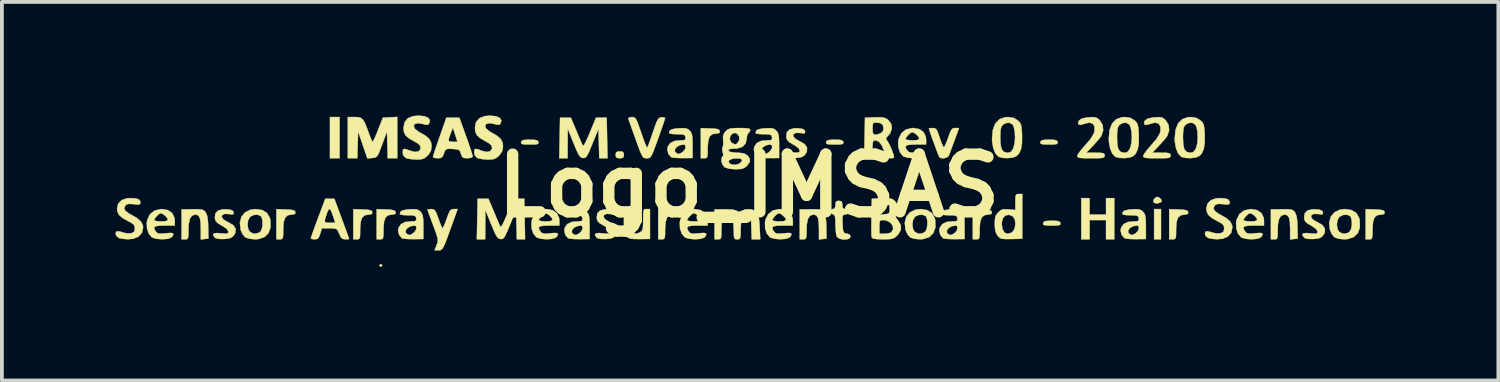
<source format=kicad_pcb>
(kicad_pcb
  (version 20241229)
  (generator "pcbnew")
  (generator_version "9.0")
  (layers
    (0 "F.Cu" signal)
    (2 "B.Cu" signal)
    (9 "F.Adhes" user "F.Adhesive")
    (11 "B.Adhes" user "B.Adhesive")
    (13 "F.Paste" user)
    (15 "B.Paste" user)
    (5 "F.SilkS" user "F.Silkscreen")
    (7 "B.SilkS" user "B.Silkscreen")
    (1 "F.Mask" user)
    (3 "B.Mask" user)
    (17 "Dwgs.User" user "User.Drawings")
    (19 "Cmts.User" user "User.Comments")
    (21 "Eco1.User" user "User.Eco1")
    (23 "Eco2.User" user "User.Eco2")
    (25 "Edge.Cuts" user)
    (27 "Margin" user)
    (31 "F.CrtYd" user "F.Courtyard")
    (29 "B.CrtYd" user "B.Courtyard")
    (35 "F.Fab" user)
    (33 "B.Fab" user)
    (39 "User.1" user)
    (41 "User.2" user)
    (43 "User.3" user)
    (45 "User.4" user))
  (footprint "Logo_IMSAS"
    (layer "F.Cu")
    (at 16.733 1.856)
    (property "Reference" "Logo_IMSAS" (at 0 0 0) (layer "F.SilkS") (effects (font (size 1.524 1.524) (thickness 0.3))))
    (attr through_hole)
    (fp_poly (pts (xy -10.813 -0.726) (xy -11.067 -0.726) (xy -11.067 -1.814) (xy -10.813 -1.814) (xy -10.813 -0.726)) (stroke (width 0.01) (type solid)) (fill yes) (layer "F.SilkS"))
    (fp_poly (pts (xy 10.886 1.415) (xy 10.704 1.415) (xy 10.704 0.617) (xy 10.886 0.617) (xy 10.886 1.415)) (stroke (width 0.01) (type solid)) (fill yes) (layer "F.SilkS"))
    (fp_poly (pts (xy -9.689 2.096) (xy -9.688 2.105) (xy -9.716 2.14) (xy -9.725 2.141) (xy -9.76 2.113) (xy -9.761 2.105) (xy -9.733 2.069) (xy -9.725 2.068) (xy -9.689 2.096)) (stroke (width 0.01) (type solid)) (fill yes) (layer "F.SilkS"))
    (fp_poly (pts (xy 10.841 0.313) (xy 10.893 0.368) (xy 10.904 0.403) (xy 10.874 0.443) (xy 10.805 0.464) (xy 10.731 0.461) (xy 10.685 0.434) (xy 10.687 0.379) (xy 10.719 0.333) (xy 10.781 0.294) (xy 10.841 0.313)) (stroke (width 0.01) (type solid)) (fill yes) (layer "F.SilkS"))
    (fp_poly (pts (xy -3.333 -0.897) (xy -3.305 -0.856) (xy -3.302 -0.816) (xy -3.314 -0.752) (xy -3.364 -0.728) (xy -3.411 -0.726) (xy -3.489 -0.735) (xy -3.517 -0.777) (xy -3.52 -0.816) (xy -3.508 -0.881) (xy -3.458 -0.905) (xy -3.411 -0.907) (xy -3.333 -0.897)) (stroke (width 0.01) (type solid)) (fill yes) (layer "F.SilkS"))
    (fp_poly (pts (xy 5.847 -0.897) (xy 5.876 -0.856) (xy 5.878 -0.816) (xy 5.867 -0.752) (xy 5.817 -0.728) (xy 5.769 -0.726) (xy 5.692 -0.735) (xy 5.663 -0.777) (xy 5.661 -0.816) (xy 5.672 -0.881) (xy 5.722 -0.905) (xy 5.769 -0.907) (xy 5.847 -0.897)) (stroke (width 0.01) (type solid)) (fill yes) (layer "F.SilkS"))
    (fp_poly (pts (xy 8.999 0.762) (xy 9.434 0.762) (xy 9.434 0.327) (xy 9.652 0.327) (xy 9.652 1.415) (xy 9.434 1.415) (xy 9.434 0.907) (xy 8.999 0.907) (xy 8.999 1.415) (xy 8.781 1.415) (xy 8.781 0.327) (xy 8.999 0.327) (xy 8.999 0.762)) (stroke (width 0.01) (type solid)) (fill yes) (layer "F.SilkS"))
    (fp_poly (pts (xy -5.663 -1.212) (xy -5.593 -1.197) (xy -5.563 -1.167) (xy -5.559 -1.152) (xy -5.561 -1.118) (xy -5.594 -1.099) (xy -5.672 -1.09) (xy -5.788 -1.089) (xy -5.917 -1.091) (xy -5.988 -1.101) (xy -6.016 -1.122) (xy -6.017 -1.152) (xy -5.996 -1.189) (xy -5.943 -1.208) (xy -5.84 -1.215) (xy -5.788 -1.216) (xy -5.663 -1.212)) (stroke (width 0.01) (type solid)) (fill yes) (layer "F.SilkS"))
    (fp_poly (pts (xy 2.393 -1.212) (xy 2.462 -1.197) (xy 2.492 -1.167) (xy 2.497 -1.152) (xy 2.495 -1.118) (xy 2.462 -1.099) (xy 2.384 -1.09) (xy 2.268 -1.089) (xy 2.139 -1.091) (xy 2.067 -1.101) (xy 2.039 -1.122) (xy 2.039 -1.152) (xy 2.059 -1.189) (xy 2.112 -1.208) (xy 2.215 -1.215) (xy 2.268 -1.216) (xy 2.393 -1.212)) (stroke (width 0.01) (type solid)) (fill yes) (layer "F.SilkS"))
    (fp_poly (pts (xy 8.053 -1.212) (xy 8.123 -1.197) (xy 8.153 -1.167) (xy 8.157 -1.152) (xy 8.155 -1.118) (xy 8.122 -1.099) (xy 8.044 -1.09) (xy 7.928 -1.089) (xy 7.799 -1.091) (xy 7.728 -1.101) (xy 7.7 -1.122) (xy 7.699 -1.152) (xy 7.72 -1.189) (xy 7.773 -1.208) (xy 7.876 -1.215) (xy 7.928 -1.216) (xy 8.053 -1.212)) (stroke (width 0.01) (type solid)) (fill yes) (layer "F.SilkS"))
    (fp_poly (pts (xy 8.126 0.929) (xy 8.195 0.944) (xy 8.226 0.973) (xy 8.23 0.989) (xy 8.228 1.023) (xy 8.195 1.042) (xy 8.117 1.051) (xy 8.001 1.052) (xy 7.872 1.05) (xy 7.8 1.04) (xy 7.773 1.019) (xy 7.772 0.989) (xy 7.792 0.952) (xy 7.845 0.933) (xy 7.948 0.926) (xy 8.001 0.925) (xy 8.126 0.929)) (stroke (width 0.01) (type solid)) (fill yes) (layer "F.SilkS"))
    (fp_poly (pts (xy -12.238 0.627) (xy -12.103 0.635) (xy -12.025 0.65) (xy -11.989 0.676) (xy -11.981 0.698) (xy -11.99 0.745) (xy -12.05 0.761) (xy -12.075 0.762) (xy -12.179 0.78) (xy -12.248 0.84) (xy -12.287 0.95) (xy -12.301 1.12) (xy -12.301 1.155) (xy -12.302 1.29) (xy -12.31 1.367) (xy -12.329 1.404) (xy -12.365 1.415) (xy -12.392 1.415) (xy -12.482 1.415) (xy -12.482 0.62) (xy -12.238 0.627)) (stroke (width 0.01) (type solid)) (fill yes) (layer "F.SilkS"))
    (fp_poly (pts (xy -10.206 0.627) (xy -10.071 0.635) (xy -9.993 0.65) (xy -9.957 0.676) (xy -9.949 0.698) (xy -9.958 0.745) (xy -10.018 0.761) (xy -10.043 0.762) (xy -10.147 0.78) (xy -10.216 0.84) (xy -10.255 0.95) (xy -10.269 1.12) (xy -10.269 1.155) (xy -10.27 1.29) (xy -10.278 1.367) (xy -10.297 1.404) (xy -10.333 1.415) (xy -10.36 1.415) (xy -10.45 1.415) (xy -10.45 0.62) (xy -10.206 0.627)) (stroke (width 0.01) (type solid)) (fill yes) (layer "F.SilkS"))
    (fp_poly (pts (xy -9.589 0.627) (xy -9.454 0.635) (xy -9.377 0.65) (xy -9.34 0.676) (xy -9.332 0.698) (xy -9.341 0.745) (xy -9.401 0.761) (xy -9.426 0.762) (xy -9.53 0.78) (xy -9.599 0.84) (xy -9.638 0.95) (xy -9.652 1.12) (xy -9.652 1.155) (xy -9.653 1.29) (xy -9.661 1.367) (xy -9.68 1.404) (xy -9.716 1.415) (xy -9.743 1.415) (xy -9.833 1.415) (xy -9.833 0.62) (xy -9.589 0.627)) (stroke (width 0.01) (type solid)) (fill yes) (layer "F.SilkS"))
    (fp_poly (pts (xy -2.15 0.627) (xy -2.016 0.635) (xy -1.938 0.65) (xy -1.902 0.676) (xy -1.894 0.698) (xy -1.902 0.745) (xy -1.962 0.761) (xy -1.987 0.762) (xy -2.091 0.78) (xy -2.16 0.84) (xy -2.199 0.95) (xy -2.213 1.12) (xy -2.213 1.155) (xy -2.215 1.29) (xy -2.222 1.367) (xy -2.241 1.404) (xy -2.277 1.415) (xy -2.304 1.415) (xy -2.395 1.415) (xy -2.395 0.62) (xy -2.15 0.627)) (stroke (width 0.01) (type solid)) (fill yes) (layer "F.SilkS"))
    (fp_poly (pts (xy -1.026 -1.513) (xy -0.891 -1.506) (xy -0.813 -1.491) (xy -0.777 -1.464) (xy -0.769 -1.442) (xy -0.777 -1.396) (xy -0.838 -1.379) (xy -0.863 -1.379) (xy -0.967 -1.361) (xy -1.036 -1.301) (xy -1.074 -1.191) (xy -1.088 -1.02) (xy -1.089 -0.986) (xy -1.09 -0.851) (xy -1.097 -0.774) (xy -1.116 -0.737) (xy -1.152 -0.726) (xy -1.179 -0.726) (xy -1.27 -0.726) (xy -1.27 -1.521) (xy -1.026 -1.513)) (stroke (width 0.01) (type solid)) (fill yes) (layer "F.SilkS"))
    (fp_poly (pts (xy 6.159 0.627) (xy 6.294 0.635) (xy 6.371 0.65) (xy 6.408 0.676) (xy 6.416 0.698) (xy 6.407 0.745) (xy 6.347 0.761) (xy 6.322 0.762) (xy 6.218 0.78) (xy 6.149 0.84) (xy 6.11 0.95) (xy 6.096 1.12) (xy 6.096 1.155) (xy 6.095 1.29) (xy 6.087 1.367) (xy 6.068 1.404) (xy 6.032 1.415) (xy 6.005 1.415) (xy 5.915 1.415) (xy 5.915 0.62) (xy 6.159 0.627)) (stroke (width 0.01) (type solid)) (fill yes) (layer "F.SilkS"))
    (fp_poly (pts (xy 11.348 0.627) (xy 11.483 0.635) (xy 11.56 0.65) (xy 11.597 0.676) (xy 11.605 0.698) (xy 11.596 0.745) (xy 11.536 0.761) (xy 11.511 0.762) (xy 11.407 0.78) (xy 11.338 0.84) (xy 11.299 0.95) (xy 11.285 1.12) (xy 11.285 1.155) (xy 11.284 1.29) (xy 11.276 1.367) (xy 11.257 1.404) (xy 11.221 1.415) (xy 11.194 1.415) (xy 11.103 1.415) (xy 11.103 0.62) (xy 11.348 0.627)) (stroke (width 0.01) (type solid)) (fill yes) (layer "F.SilkS"))
    (fp_poly (pts (xy 16.537 0.627) (xy 16.671 0.635) (xy 16.749 0.65) (xy 16.785 0.676) (xy 16.793 0.698) (xy 16.785 0.745) (xy 16.725 0.761) (xy 16.7 0.762) (xy 16.596 0.78) (xy 16.527 0.84) (xy 16.488 0.95) (xy 16.474 1.12) (xy 16.474 1.155) (xy 16.472 1.29) (xy 16.465 1.367) (xy 16.446 1.404) (xy 16.41 1.415) (xy 16.383 1.415) (xy 16.292 1.415) (xy 16.292 0.62) (xy 16.537 0.627)) (stroke (width 0.01) (type solid)) (fill yes) (layer "F.SilkS"))
    (fp_poly (pts (xy -14.458 0.629) (xy -14.403 0.648) (xy -14.365 0.683) (xy -14.346 0.71) (xy -14.31 0.799) (xy -14.289 0.936) (xy -14.282 1.099) (xy -14.278 1.397) (xy -14.378 1.408) (xy -14.478 1.42) (xy -14.478 1.135) (xy -14.484 0.96) (xy -14.506 0.847) (xy -14.546 0.785) (xy -14.61 0.762) (xy -14.625 0.762) (xy -14.712 0.79) (xy -14.769 0.875) (xy -14.799 1.022) (xy -14.805 1.155) (xy -14.806 1.29) (xy -14.813 1.367) (xy -14.832 1.404) (xy -14.868 1.415) (xy -14.895 1.415) (xy -14.986 1.415) (xy -14.986 0.626) (xy -14.696 0.622) (xy -14.55 0.622) (xy -14.458 0.629)) (stroke (width 0.01) (type solid)) (fill yes) (layer "F.SilkS"))
    (fp_poly (pts (xy 1.87 0.629) (xy 1.926 0.648) (xy 1.963 0.683) (xy 1.983 0.71) (xy 2.019 0.799) (xy 2.04 0.936) (xy 2.046 1.099) (xy 2.05 1.397) (xy 1.95 1.408) (xy 1.851 1.42) (xy 1.851 1.135) (xy 1.844 0.96) (xy 1.823 0.847) (xy 1.782 0.785) (xy 1.718 0.762) (xy 1.704 0.762) (xy 1.617 0.79) (xy 1.559 0.875) (xy 1.529 1.022) (xy 1.524 1.155) (xy 1.523 1.29) (xy 1.515 1.367) (xy 1.496 1.404) (xy 1.46 1.415) (xy 1.433 1.415) (xy 1.343 1.415) (xy 1.343 0.626) (xy 1.633 0.622) (xy 1.779 0.622) (xy 1.87 0.629)) (stroke (width 0.01) (type solid)) (fill yes) (layer "F.SilkS"))
    (fp_poly (pts (xy 14.316 0.629) (xy 14.372 0.648) (xy 14.409 0.683) (xy 14.429 0.71) (xy 14.465 0.799) (xy 14.486 0.936) (xy 14.492 1.099) (xy 14.496 1.397) (xy 14.396 1.408) (xy 14.297 1.42) (xy 14.297 1.135) (xy 14.29 0.96) (xy 14.269 0.847) (xy 14.228 0.785) (xy 14.164 0.762) (xy 14.15 0.762) (xy 14.063 0.79) (xy 14.005 0.875) (xy 13.975 1.022) (xy 13.97 1.155) (xy 13.969 1.29) (xy 13.961 1.367) (xy 13.942 1.404) (xy 13.906 1.415) (xy 13.879 1.415) (xy 13.789 1.415) (xy 13.789 0.626) (xy 14.079 0.622) (xy 14.225 0.622) (xy 14.316 0.629)) (stroke (width 0.01) (type solid)) (fill yes) (layer "F.SilkS"))
    (fp_poly (pts (xy -9.289 -0.726) (xy -9.541 -0.726) (xy -9.551 -1.079) (xy -9.561 -1.433) (xy -9.688 -1.088) (xy -9.747 -0.933) (xy -9.789 -0.832) (xy -9.825 -0.775) (xy -9.864 -0.747) (xy -9.915 -0.736) (xy -9.947 -0.733) (xy -10.078 -0.722) (xy -10.201 -1.078) (xy -10.323 -1.433) (xy -10.334 -1.08) (xy -10.344 -0.726) (xy -10.595 -0.726) (xy -10.595 -1.814) (xy -10.415 -1.814) (xy -10.317 -1.81) (xy -10.246 -1.789) (xy -10.19 -1.739) (xy -10.14 -1.65) (xy -10.084 -1.51) (xy -10.047 -1.406) (xy -10.002 -1.286) (xy -9.964 -1.199) (xy -9.941 -1.161) (xy -9.939 -1.161) (xy -9.918 -1.193) (xy -9.877 -1.277) (xy -9.825 -1.4) (xy -9.794 -1.479) (xy -9.67 -1.796) (xy -9.289 -1.818) (xy -9.289 -0.726)) (stroke (width 0.01) (type solid)) (fill yes) (layer "F.SilkS"))
    (fp_poly (pts (xy -6.742 0.671) (xy -6.68 0.82) (xy -6.625 0.949) (xy -6.586 1.04) (xy -6.575 1.067) (xy -6.557 1.084) (xy -6.529 1.059) (xy -6.488 0.984) (xy -6.429 0.853) (xy -6.381 0.74) (xy -6.216 0.345) (xy -5.933 0.345) (xy -5.923 0.88) (xy -5.913 1.415) (xy -6.13 1.415) (xy -6.15 0.639) (xy -6.31 1.029) (xy -6.38 1.196) (xy -6.43 1.307) (xy -6.469 1.372) (xy -6.504 1.403) (xy -6.542 1.41) (xy -6.562 1.408) (xy -6.606 1.395) (xy -6.645 1.362) (xy -6.687 1.295) (xy -6.74 1.183) (xy -6.809 1.016) (xy -6.963 0.635) (xy -6.965 1.025) (xy -6.967 1.415) (xy -7.187 1.415) (xy -7.176 0.88) (xy -7.166 0.345) (xy -6.88 0.345) (xy -6.742 0.671)) (stroke (width 0.01) (type solid)) (fill yes) (layer "F.SilkS"))
    (fp_poly (pts (xy -4.565 -1.47) (xy -4.503 -1.321) (xy -4.448 -1.192) (xy -4.409 -1.101) (xy -4.398 -1.074) (xy -4.379 -1.057) (xy -4.352 -1.082) (xy -4.311 -1.157) (xy -4.251 -1.287) (xy -4.204 -1.4) (xy -4.039 -1.796) (xy -3.756 -1.796) (xy -3.746 -1.261) (xy -3.735 -0.726) (xy -3.953 -0.726) (xy -3.973 -1.502) (xy -4.133 -1.112) (xy -4.202 -0.945) (xy -4.253 -0.834) (xy -4.292 -0.769) (xy -4.327 -0.738) (xy -4.364 -0.731) (xy -4.385 -0.733) (xy -4.429 -0.745) (xy -4.468 -0.779) (xy -4.51 -0.846) (xy -4.563 -0.958) (xy -4.632 -1.125) (xy -4.786 -1.506) (xy -4.788 -1.116) (xy -4.79 -0.726) (xy -5.009 -0.726) (xy -4.999 -1.261) (xy -4.989 -1.796) (xy -4.703 -1.796) (xy -4.565 -1.47)) (stroke (width 0.01) (type solid)) (fill yes) (layer "F.SilkS"))
    (fp_poly (pts (xy -2.613 1.406) (xy -2.886 1.409) (xy -3.036 1.408) (xy -3.132 1.396) (xy -3.196 1.37) (xy -3.231 1.341) (xy -3.266 1.295) (xy -3.287 1.232) (xy -3.298 1.134) (xy -3.302 0.984) (xy -3.302 0.943) (xy -3.301 0.789) (xy -3.296 0.693) (xy -3.284 0.641) (xy -3.259 0.621) (xy -3.22 0.617) (xy -3.213 0.617) (xy -3.169 0.62) (xy -3.141 0.641) (xy -3.126 0.693) (xy -3.118 0.791) (xy -3.113 0.912) (xy -3.1 1.093) (xy -3.072 1.207) (xy -3.025 1.262) (xy -2.956 1.264) (xy -2.887 1.235) (xy -2.84 1.205) (xy -2.812 1.165) (xy -2.799 1.098) (xy -2.794 0.986) (xy -2.794 0.901) (xy -2.793 0.759) (xy -2.787 0.674) (xy -2.771 0.633) (xy -2.739 0.618) (xy -2.703 0.617) (xy -2.613 0.617) (xy -2.613 1.406)) (stroke (width 0.01) (type solid)) (fill yes) (layer "F.SilkS"))
    (fp_poly (pts (xy 5.428 -1.188) (xy 5.372 -1.037) (xy 5.324 -0.907) (xy 5.29 -0.816) (xy 5.279 -0.789) (xy 5.23 -0.746) (xy 5.148 -0.725) (xy 5.068 -0.731) (xy 5.029 -0.756) (xy 5.011 -0.8) (xy 4.975 -0.892) (xy 4.928 -1.017) (xy 4.877 -1.156) (xy 4.827 -1.293) (xy 4.786 -1.409) (xy 4.76 -1.487) (xy 4.753 -1.51) (xy 4.785 -1.52) (xy 4.855 -1.524) (xy 4.909 -1.518) (xy 4.949 -1.492) (xy 4.983 -1.429) (xy 5.024 -1.316) (xy 5.039 -1.27) (xy 5.082 -1.147) (xy 5.12 -1.057) (xy 5.147 -1.017) (xy 5.149 -1.016) (xy 5.174 -1.048) (xy 5.212 -1.132) (xy 5.257 -1.25) (xy 5.264 -1.27) (xy 5.311 -1.401) (xy 5.348 -1.477) (xy 5.386 -1.513) (xy 5.435 -1.524) (xy 5.45 -1.524) (xy 5.55 -1.524) (xy 5.428 -1.188)) (stroke (width 0.01) (type solid)) (fill yes) (layer "F.SilkS"))
    (fp_poly (pts (xy -12.852 0.644) (xy -12.728 0.723) (xy -12.654 0.853) (xy -12.64 0.914) (xy -12.637 1.104) (xy -12.691 1.253) (xy -12.798 1.357) (xy -12.956 1.409) (xy -13.042 1.415) (xy -13.179 1.403) (xy -13.285 1.372) (xy -13.308 1.359) (xy -13.37 1.288) (xy -13.419 1.184) (xy -13.425 1.165) (xy -13.44 1.026) (xy -13.244 1.026) (xy -13.227 1.141) (xy -13.187 1.213) (xy -13.106 1.259) (xy -13.045 1.27) (xy -12.952 1.246) (xy -12.902 1.213) (xy -12.865 1.137) (xy -12.847 1.026) (xy -12.851 0.91) (xy -12.876 0.822) (xy -12.889 0.806) (xy -12.973 0.767) (xy -13.079 0.772) (xy -13.174 0.819) (xy -13.178 0.822) (xy -13.227 0.908) (xy -13.244 1.026) (xy -13.44 1.026) (xy -13.446 0.978) (xy -13.405 0.822) (xy -13.31 0.705) (xy -13.165 0.634) (xy -13.026 0.617) (xy -12.852 0.644)) (stroke (width 0.01) (type solid)) (fill yes) (layer "F.SilkS"))
    (fp_poly (pts (xy 4.71 0.644) (xy 4.835 0.723) (xy 4.908 0.853) (xy 4.922 0.914) (xy 4.926 1.104) (xy 4.871 1.253) (xy 4.764 1.357) (xy 4.607 1.409) (xy 4.52 1.415) (xy 4.384 1.403) (xy 4.277 1.372) (xy 4.255 1.359) (xy 4.193 1.288) (xy 4.143 1.184) (xy 4.138 1.165) (xy 4.122 1.026) (xy 4.319 1.026) (xy 4.335 1.141) (xy 4.375 1.213) (xy 4.457 1.259) (xy 4.518 1.27) (xy 4.61 1.246) (xy 4.66 1.213) (xy 4.698 1.137) (xy 4.715 1.026) (xy 4.712 0.91) (xy 4.686 0.822) (xy 4.674 0.806) (xy 4.59 0.767) (xy 4.483 0.772) (xy 4.388 0.819) (xy 4.384 0.822) (xy 4.335 0.908) (xy 4.319 1.026) (xy 4.122 1.026) (xy 4.117 0.978) (xy 4.157 0.822) (xy 4.252 0.705) (xy 4.397 0.634) (xy 4.536 0.617) (xy 4.71 0.644)) (stroke (width 0.01) (type solid)) (fill yes) (layer "F.SilkS"))
    (fp_poly (pts (xy 15.922 0.644) (xy 16.047 0.723) (xy 16.121 0.853) (xy 16.135 0.914) (xy 16.138 1.104) (xy 16.084 1.253) (xy 15.976 1.357) (xy 15.819 1.409) (xy 15.733 1.415) (xy 15.596 1.403) (xy 15.489 1.372) (xy 15.467 1.359) (xy 15.405 1.288) (xy 15.356 1.184) (xy 15.35 1.165) (xy 15.334 1.026) (xy 15.531 1.026) (xy 15.547 1.141) (xy 15.587 1.213) (xy 15.669 1.259) (xy 15.73 1.27) (xy 15.823 1.246) (xy 15.872 1.213) (xy 15.91 1.137) (xy 15.928 1.026) (xy 15.924 0.91) (xy 15.898 0.822) (xy 15.886 0.806) (xy 15.802 0.767) (xy 15.696 0.772) (xy 15.6 0.819) (xy 15.597 0.822) (xy 15.548 0.908) (xy 15.531 1.026) (xy 15.334 1.026) (xy 15.329 0.978) (xy 15.369 0.822) (xy 15.465 0.705) (xy 15.609 0.634) (xy 15.749 0.617) (xy 15.922 0.644)) (stroke (width 0.01) (type solid)) (fill yes) (layer "F.SilkS"))
    (fp_poly (pts (xy -13.802 0.624) (xy -13.689 0.637) (xy -13.632 0.664) (xy -13.613 0.703) (xy -13.614 0.748) (xy -13.652 0.759) (xy -13.722 0.749) (xy -13.846 0.743) (xy -13.914 0.774) (xy -13.925 0.828) (xy -13.877 0.894) (xy -13.769 0.959) (xy -13.751 0.966) (xy -13.622 1.042) (xy -13.558 1.135) (xy -13.564 1.239) (xy -13.6 1.304) (xy -13.656 1.362) (xy -13.732 1.393) (xy -13.853 1.407) (xy -13.865 1.408) (xy -14.002 1.406) (xy -14.09 1.384) (xy -14.106 1.373) (xy -14.156 1.304) (xy -14.139 1.263) (xy -14.055 1.249) (xy -13.952 1.257) (xy -13.837 1.267) (xy -13.778 1.263) (xy -13.755 1.239) (xy -13.752 1.211) (xy -13.788 1.146) (xy -13.89 1.071) (xy -13.925 1.052) (xy -14.031 0.989) (xy -14.086 0.93) (xy -14.107 0.857) (xy -14.108 0.851) (xy -14.093 0.731) (xy -14.019 0.655) (xy -13.889 0.623) (xy -13.802 0.624)) (stroke (width 0.01) (type solid)) (fill yes) (layer "F.SilkS"))
    (fp_poly (pts (xy -7.835 1.007) (xy -7.92 1.242) (xy -7.984 1.417) (xy -8.034 1.541) (xy -8.073 1.624) (xy -8.105 1.672) (xy -8.137 1.697) (xy -8.171 1.705) (xy -8.202 1.705) (xy -8.304 1.705) (xy -8.249 1.568) (xy -8.227 1.506) (xy -8.218 1.449) (xy -8.225 1.384) (xy -8.25 1.293) (xy -8.297 1.161) (xy -8.343 1.037) (xy -8.401 0.881) (xy -8.449 0.752) (xy -8.48 0.663) (xy -8.491 0.63) (xy -8.459 0.621) (xy -8.39 0.617) (xy -8.336 0.623) (xy -8.296 0.65) (xy -8.259 0.714) (xy -8.215 0.829) (xy -8.201 0.871) (xy -8.156 0.993) (xy -8.117 1.083) (xy -8.094 1.124) (xy -8.092 1.125) (xy -8.071 1.093) (xy -8.034 1.01) (xy -7.99 0.891) (xy -7.983 0.871) (xy -7.935 0.74) (xy -7.897 0.663) (xy -7.86 0.627) (xy -7.81 0.617) (xy -7.795 0.617) (xy -7.695 0.617) (xy -7.835 1.007)) (stroke (width 0.01) (type solid)) (fill yes) (layer "F.SilkS"))
    (fp_poly (pts (xy -3.714 0.624) (xy -3.602 0.637) (xy -3.544 0.664) (xy -3.526 0.703) (xy -3.526 0.748) (xy -3.565 0.759) (xy -3.634 0.749) (xy -3.758 0.743) (xy -3.827 0.774) (xy -3.838 0.828) (xy -3.79 0.894) (xy -3.681 0.959) (xy -3.663 0.966) (xy -3.534 1.042) (xy -3.471 1.135) (xy -3.476 1.239) (xy -3.513 1.304) (xy -3.569 1.362) (xy -3.645 1.393) (xy -3.765 1.407) (xy -3.778 1.408) (xy -3.915 1.406) (xy -4.003 1.384) (xy -4.019 1.373) (xy -4.068 1.304) (xy -4.051 1.263) (xy -3.968 1.249) (xy -3.864 1.257) (xy -3.75 1.267) (xy -3.69 1.263) (xy -3.668 1.239) (xy -3.665 1.211) (xy -3.7 1.146) (xy -3.803 1.071) (xy -3.837 1.052) (xy -3.944 0.989) (xy -3.999 0.93) (xy -4.02 0.857) (xy -4.02 0.851) (xy -4.005 0.731) (xy -3.932 0.655) (xy -3.801 0.623) (xy -3.714 0.624)) (stroke (width 0.01) (type solid)) (fill yes) (layer "F.SilkS"))
    (fp_poly (pts (xy 1.293 -1.517) (xy 1.405 -1.504) (xy 1.463 -1.477) (xy 1.482 -1.438) (xy 1.481 -1.393) (xy 1.442 -1.382) (xy 1.373 -1.392) (xy 1.249 -1.397) (xy 1.181 -1.367) (xy 1.169 -1.313) (xy 1.218 -1.247) (xy 1.326 -1.182) (xy 1.344 -1.174) (xy 1.473 -1.099) (xy 1.536 -1.006) (xy 1.531 -0.902) (xy 1.495 -0.837) (xy 1.438 -0.779) (xy 1.363 -0.748) (xy 1.242 -0.734) (xy 1.23 -0.733) (xy 1.093 -0.735) (xy 1.004 -0.757) (xy 0.989 -0.768) (xy 0.939 -0.836) (xy 0.956 -0.878) (xy 1.04 -0.891) (xy 1.143 -0.884) (xy 1.257 -0.873) (xy 1.317 -0.878) (xy 1.34 -0.901) (xy 1.342 -0.929) (xy 1.307 -0.995) (xy 1.204 -1.07) (xy 1.17 -1.089) (xy 1.064 -1.152) (xy 1.009 -1.211) (xy 0.988 -1.283) (xy 0.987 -1.29) (xy 1.002 -1.409) (xy 1.075 -1.485) (xy 1.206 -1.518) (xy 1.293 -1.517)) (stroke (width 0.01) (type solid)) (fill yes) (layer "F.SilkS"))
    (fp_poly (pts (xy 14.973 0.624) (xy 15.085 0.637) (xy 15.143 0.664) (xy 15.162 0.703) (xy 15.161 0.748) (xy 15.122 0.759) (xy 15.053 0.749) (xy 14.929 0.743) (xy 14.86 0.774) (xy 14.849 0.828) (xy 14.897 0.894) (xy 15.006 0.959) (xy 15.024 0.966) (xy 15.153 1.042) (xy 15.216 1.135) (xy 15.211 1.239) (xy 15.175 1.304) (xy 15.118 1.362) (xy 15.042 1.393) (xy 14.922 1.407) (xy 14.909 1.408) (xy 14.772 1.406) (xy 14.684 1.384) (xy 14.668 1.373) (xy 14.619 1.304) (xy 14.636 1.263) (xy 14.719 1.249) (xy 14.823 1.257) (xy 14.937 1.267) (xy 14.997 1.263) (xy 15.019 1.239) (xy 15.022 1.211) (xy 14.987 1.146) (xy 14.884 1.071) (xy 14.85 1.052) (xy 14.744 0.989) (xy 14.689 0.93) (xy 14.667 0.857) (xy 14.667 0.851) (xy 14.682 0.731) (xy 14.755 0.655) (xy 14.886 0.623) (xy 14.973 0.624)) (stroke (width 0.01) (type solid)) (fill yes) (layer "F.SilkS"))
    (fp_poly (pts (xy 7.221 1.402) (xy 6.933 1.408) (xy 6.787 1.409) (xy 6.694 1.403) (xy 6.636 1.384) (xy 6.593 1.347) (xy 6.57 1.319) (xy 6.522 1.233) (xy 6.499 1.118) (xy 6.495 1.009) (xy 6.495 1.003) (xy 6.677 1.003) (xy 6.697 1.145) (xy 6.751 1.237) (xy 6.831 1.273) (xy 6.928 1.244) (xy 6.973 1.21) (xy 7.022 1.126) (xy 7.04 1.013) (xy 7.027 0.9) (xy 6.983 0.819) (xy 6.976 0.813) (xy 6.871 0.767) (xy 6.777 0.785) (xy 6.708 0.859) (xy 6.677 0.981) (xy 6.677 1.003) (xy 6.495 1.003) (xy 6.5 0.878) (xy 6.521 0.793) (xy 6.565 0.726) (xy 6.589 0.702) (xy 6.656 0.645) (xy 6.728 0.621) (xy 6.833 0.623) (xy 6.861 0.625) (xy 7.039 0.642) (xy 7.039 0.43) (xy 7.041 0.311) (xy 7.052 0.248) (xy 7.08 0.222) (xy 7.13 0.218) (xy 7.221 0.218) (xy 7.221 1.402)) (stroke (width 0.01) (type solid)) (fill yes) (layer "F.SilkS"))
    (fp_poly (pts (xy -10.755 0.871) (xy -10.688 1.052) (xy -10.631 1.208) (xy -10.588 1.326) (xy -10.564 1.394) (xy -10.56 1.406) (xy -10.591 1.413) (xy -10.662 1.415) (xy -10.734 1.404) (xy -10.782 1.357) (xy -10.823 1.27) (xy -10.858 1.187) (xy -10.896 1.144) (xy -10.959 1.128) (xy -11.07 1.125) (xy -11.081 1.125) (xy -11.282 1.125) (xy -11.325 1.27) (xy -11.361 1.364) (xy -11.404 1.406) (xy -11.472 1.415) (xy -11.545 1.407) (xy -11.573 1.388) (xy -11.56 1.346) (xy -11.526 1.249) (xy -11.476 1.109) (xy -11.414 0.94) (xy -11.205 0.94) (xy -11.181 0.971) (xy -11.118 0.979) (xy -11.069 0.98) (xy -10.926 0.98) (xy -10.983 0.807) (xy -11.03 0.678) (xy -11.066 0.617) (xy -11.098 0.622) (xy -11.133 0.69) (xy -11.153 0.747) (xy -11.194 0.87) (xy -11.205 0.94) (xy -11.414 0.94) (xy -11.413 0.939) (xy -11.381 0.853) (xy -11.191 0.345) (xy -10.95 0.345) (xy -10.755 0.871)) (stroke (width 0.01) (type solid)) (fill yes) (layer "F.SilkS"))
    (fp_poly (pts (xy -7.471 -1.306) (xy -7.408 -1.128) (xy -7.355 -0.972) (xy -7.316 -0.852) (xy -7.296 -0.782) (xy -7.294 -0.771) (xy -7.327 -0.739) (xy -7.421 -0.726) (xy -7.433 -0.726) (xy -7.527 -0.732) (xy -7.576 -0.765) (xy -7.606 -0.841) (xy -7.607 -0.844) (xy -7.632 -0.914) (xy -7.671 -0.95) (xy -7.746 -0.966) (xy -7.826 -0.972) (xy -7.936 -0.976) (xy -7.996 -0.964) (xy -8.03 -0.923) (xy -8.055 -0.854) (xy -8.092 -0.768) (xy -8.142 -0.732) (xy -8.222 -0.726) (xy -8.304 -0.734) (xy -8.345 -0.755) (xy -8.346 -0.758) (xy -8.334 -0.803) (xy -8.303 -0.902) (xy -8.255 -1.044) (xy -8.196 -1.216) (xy -8.196 -1.216) (xy -7.933 -1.216) (xy -7.923 -1.177) (xy -7.88 -1.163) (xy -7.825 -1.161) (xy -7.699 -1.161) (xy -7.759 -1.347) (xy -7.818 -1.533) (xy -7.86 -1.429) (xy -7.911 -1.296) (xy -7.933 -1.216) (xy -8.196 -1.216) (xy -8.169 -1.294) (xy -7.992 -1.796) (xy -7.648 -1.796) (xy -7.471 -1.306)) (stroke (width 0.01) (type solid)) (fill yes) (layer "F.SilkS"))
    (fp_poly (pts (xy 2.442 0.411) (xy 2.465 0.461) (xy 2.467 0.508) (xy 2.476 0.584) (xy 2.517 0.613) (xy 2.579 0.617) (xy 2.657 0.626) (xy 2.68 0.661) (xy 2.678 0.68) (xy 2.634 0.735) (xy 2.565 0.755) (xy 2.512 0.765) (xy 2.482 0.787) (xy 2.471 0.841) (xy 2.472 0.943) (xy 2.475 1.009) (xy 2.482 1.139) (xy 2.495 1.212) (xy 2.52 1.247) (xy 2.565 1.261) (xy 2.585 1.263) (xy 2.664 1.291) (xy 2.685 1.345) (xy 2.655 1.393) (xy 2.58 1.418) (xy 2.485 1.42) (xy 2.393 1.399) (xy 2.33 1.355) (xy 2.324 1.345) (xy 2.304 1.274) (xy 2.291 1.156) (xy 2.286 1.023) (xy 2.284 0.888) (xy 2.273 0.809) (xy 2.251 0.769) (xy 2.213 0.751) (xy 2.154 0.712) (xy 2.141 0.675) (xy 2.171 0.627) (xy 2.213 0.617) (xy 2.267 0.6) (xy 2.285 0.536) (xy 2.286 0.508) (xy 2.296 0.43) (xy 2.337 0.402) (xy 2.377 0.399) (xy 2.442 0.411)) (stroke (width 0.01) (type solid)) (fill yes) (layer "F.SilkS"))
    (fp_poly (pts (xy 6.992 -1.792) (xy 7.1 -1.727) (xy 7.152 -1.677) (xy 7.183 -1.622) (xy 7.201 -1.542) (xy 7.212 -1.417) (xy 7.215 -1.345) (xy 7.214 -1.123) (xy 7.187 -0.959) (xy 7.13 -0.843) (xy 7.063 -0.779) (xy 6.969 -0.744) (xy 6.839 -0.729) (xy 6.705 -0.735) (xy 6.601 -0.762) (xy 6.592 -0.767) (xy 6.514 -0.85) (xy 6.457 -0.987) (xy 6.426 -1.163) (xy 6.423 -1.252) (xy 6.424 -1.267) (xy 6.64 -1.267) (xy 6.648 -1.087) (xy 6.675 -0.968) (xy 6.727 -0.9) (xy 6.808 -0.873) (xy 6.844 -0.871) (xy 6.913 -0.888) (xy 6.966 -0.953) (xy 6.991 -1.007) (xy 7.021 -1.125) (xy 7.031 -1.272) (xy 7.024 -1.421) (xy 6.999 -1.547) (xy 6.966 -1.616) (xy 6.885 -1.663) (xy 6.784 -1.655) (xy 6.707 -1.609) (xy 6.671 -1.562) (xy 6.651 -1.49) (xy 6.642 -1.374) (xy 6.64 -1.267) (xy 6.424 -1.267) (xy 6.445 -1.478) (xy 6.51 -1.646) (xy 6.62 -1.757) (xy 6.772 -1.81) (xy 6.846 -1.814) (xy 6.992 -1.792)) (stroke (width 0.01) (type solid)) (fill yes) (layer "F.SilkS"))
    (fp_poly (pts (xy 9.173 -1.8) (xy 9.234 -1.762) (xy 9.268 -1.729) (xy 9.344 -1.606) (xy 9.359 -1.463) (xy 9.312 -1.321) (xy 9.302 -1.305) (xy 9.245 -1.231) (xy 9.158 -1.13) (xy 9.077 -1.043) (xy 8.911 -0.871) (xy 9.154 -0.871) (xy 9.285 -0.869) (xy 9.358 -0.859) (xy 9.391 -0.838) (xy 9.398 -0.799) (xy 9.398 -0.798) (xy 9.393 -0.765) (xy 9.369 -0.744) (xy 9.314 -0.732) (xy 9.213 -0.727) (xy 9.055 -0.726) (xy 9.035 -0.726) (xy 8.868 -0.727) (xy 8.76 -0.733) (xy 8.701 -0.746) (xy 8.676 -0.766) (xy 8.672 -0.785) (xy 8.696 -0.836) (xy 8.759 -0.924) (xy 8.849 -1.032) (xy 8.888 -1.074) (xy 9.028 -1.239) (xy 9.108 -1.371) (xy 9.128 -1.433) (xy 9.13 -1.562) (xy 9.081 -1.642) (xy 8.988 -1.667) (xy 8.856 -1.635) (xy 8.836 -1.627) (xy 8.747 -1.605) (xy 8.698 -1.629) (xy 8.701 -1.689) (xy 8.721 -1.722) (xy 8.789 -1.771) (xy 8.914 -1.8) (xy 8.973 -1.806) (xy 9.095 -1.812) (xy 9.173 -1.8)) (stroke (width 0.01) (type solid)) (fill yes) (layer "F.SilkS"))
    (fp_poly (pts (xy 10.077 -1.792) (xy 10.185 -1.727) (xy 10.236 -1.677) (xy 10.268 -1.622) (xy 10.286 -1.542) (xy 10.296 -1.417) (xy 10.3 -1.345) (xy 10.299 -1.123) (xy 10.271 -0.959) (xy 10.214 -0.843) (xy 10.147 -0.779) (xy 10.054 -0.744) (xy 9.923 -0.729) (xy 9.789 -0.735) (xy 9.685 -0.762) (xy 9.676 -0.767) (xy 9.598 -0.85) (xy 9.541 -0.987) (xy 9.51 -1.163) (xy 9.507 -1.252) (xy 9.508 -1.267) (xy 9.725 -1.267) (xy 9.732 -1.087) (xy 9.759 -0.968) (xy 9.811 -0.9) (xy 9.892 -0.873) (xy 9.929 -0.871) (xy 9.998 -0.888) (xy 10.05 -0.953) (xy 10.075 -1.007) (xy 10.105 -1.125) (xy 10.116 -1.272) (xy 10.108 -1.421) (xy 10.083 -1.547) (xy 10.05 -1.616) (xy 9.969 -1.663) (xy 9.868 -1.655) (xy 9.791 -1.609) (xy 9.756 -1.562) (xy 9.735 -1.49) (xy 9.726 -1.374) (xy 9.725 -1.267) (xy 9.508 -1.267) (xy 9.529 -1.478) (xy 9.595 -1.646) (xy 9.704 -1.757) (xy 9.856 -1.81) (xy 9.93 -1.814) (xy 10.077 -1.792)) (stroke (width 0.01) (type solid)) (fill yes) (layer "F.SilkS"))
    (fp_poly (pts (xy 10.914 -1.8) (xy 10.975 -1.762) (xy 11.01 -1.729) (xy 11.086 -1.606) (xy 11.101 -1.463) (xy 11.054 -1.321) (xy 11.044 -1.305) (xy 10.987 -1.231) (xy 10.899 -1.13) (xy 10.818 -1.043) (xy 10.653 -0.871) (xy 10.896 -0.871) (xy 11.026 -0.869) (xy 11.1 -0.859) (xy 11.132 -0.838) (xy 11.14 -0.799) (xy 11.14 -0.798) (xy 11.135 -0.765) (xy 11.111 -0.744) (xy 11.055 -0.732) (xy 10.955 -0.727) (xy 10.796 -0.726) (xy 10.777 -0.726) (xy 10.609 -0.727) (xy 10.502 -0.733) (xy 10.442 -0.746) (xy 10.417 -0.766) (xy 10.414 -0.785) (xy 10.438 -0.836) (xy 10.501 -0.924) (xy 10.591 -1.032) (xy 10.63 -1.074) (xy 10.77 -1.239) (xy 10.85 -1.371) (xy 10.87 -1.433) (xy 10.872 -1.562) (xy 10.823 -1.642) (xy 10.73 -1.667) (xy 10.598 -1.635) (xy 10.578 -1.627) (xy 10.489 -1.605) (xy 10.44 -1.629) (xy 10.443 -1.689) (xy 10.463 -1.722) (xy 10.531 -1.771) (xy 10.656 -1.8) (xy 10.714 -1.806) (xy 10.837 -1.812) (xy 10.914 -1.8)) (stroke (width 0.01) (type solid)) (fill yes) (layer "F.SilkS"))
    (fp_poly (pts (xy 11.818 -1.792) (xy 11.926 -1.727) (xy 11.978 -1.677) (xy 12.009 -1.622) (xy 12.027 -1.542) (xy 12.038 -1.417) (xy 12.041 -1.345) (xy 12.04 -1.123) (xy 12.013 -0.959) (xy 11.956 -0.843) (xy 11.889 -0.779) (xy 11.795 -0.744) (xy 11.665 -0.729) (xy 11.531 -0.735) (xy 11.427 -0.762) (xy 11.418 -0.767) (xy 11.34 -0.85) (xy 11.283 -0.987) (xy 11.252 -1.163) (xy 11.249 -1.252) (xy 11.25 -1.267) (xy 11.466 -1.267) (xy 11.474 -1.087) (xy 11.501 -0.968) (xy 11.553 -0.9) (xy 11.634 -0.873) (xy 11.67 -0.871) (xy 11.739 -0.888) (xy 11.792 -0.953) (xy 11.817 -1.007) (xy 11.847 -1.125) (xy 11.857 -1.272) (xy 11.85 -1.421) (xy 11.825 -1.547) (xy 11.792 -1.616) (xy 11.711 -1.663) (xy 11.61 -1.655) (xy 11.533 -1.609) (xy 11.497 -1.562) (xy 11.477 -1.49) (xy 11.468 -1.374) (xy 11.466 -1.267) (xy 11.25 -1.267) (xy 11.271 -1.478) (xy 11.336 -1.646) (xy 11.446 -1.757) (xy 11.598 -1.81) (xy 11.672 -1.814) (xy 11.818 -1.792)) (stroke (width 0.01) (type solid)) (fill yes) (layer "F.SilkS"))
    (fp_poly (pts (xy -16.199 0.335) (xy -16.113 0.362) (xy -16.077 0.414) (xy -16.075 0.441) (xy -16.082 0.482) (xy -16.118 0.498) (xy -16.199 0.494) (xy -16.249 0.487) (xy -16.367 0.479) (xy -16.437 0.494) (xy -16.47 0.522) (xy -16.502 0.595) (xy -16.47 0.665) (xy -16.37 0.738) (xy -16.321 0.764) (xy -16.155 0.861) (xy -16.053 0.955) (xy -16.007 1.055) (xy -16.003 1.104) (xy -16.035 1.245) (xy -16.125 1.345) (xy -16.268 1.402) (xy -16.408 1.413) (xy -16.527 1.404) (xy -16.628 1.384) (xy -16.646 1.378) (xy -16.712 1.323) (xy -16.728 1.271) (xy -16.715 1.217) (xy -16.67 1.201) (xy -16.578 1.221) (xy -16.527 1.239) (xy -16.416 1.261) (xy -16.316 1.256) (xy -16.244 1.222) (xy -16.22 1.151) (xy -16.22 1.127) (xy -16.23 1.059) (xy -16.272 1.007) (xy -16.362 0.954) (xy -16.389 0.94) (xy -16.544 0.854) (xy -16.638 0.771) (xy -16.683 0.678) (xy -16.691 0.601) (xy -16.66 0.473) (xy -16.57 0.382) (xy -16.43 0.333) (xy -16.345 0.327) (xy -16.199 0.335)) (stroke (width 0.01) (type solid)) (fill yes) (layer "F.SilkS"))
    (fp_poly (pts (xy -8.57 -1.835) (xy -8.468 -1.793) (xy -8.426 -1.726) (xy -8.449 -1.64) (xy -8.451 -1.638) (xy -8.487 -1.608) (xy -8.552 -1.613) (xy -8.608 -1.63) (xy -8.74 -1.654) (xy -8.825 -1.633) (xy -8.856 -1.58) (xy -8.827 -1.508) (xy -8.734 -1.431) (xy -8.7 -1.412) (xy -8.541 -1.321) (xy -8.442 -1.234) (xy -8.393 -1.138) (xy -8.382 -1.043) (xy -8.4 -0.921) (xy -8.465 -0.82) (xy -8.488 -0.795) (xy -8.563 -0.731) (xy -8.641 -0.7) (xy -8.752 -0.692) (xy -8.787 -0.692) (xy -8.915 -0.701) (xy -9.023 -0.72) (xy -9.062 -0.734) (xy -9.13 -0.799) (xy -9.144 -0.876) (xy -9.138 -0.947) (xy -9.109 -0.974) (xy -9.043 -0.962) (xy -8.955 -0.927) (xy -8.824 -0.892) (xy -8.729 -0.905) (xy -8.678 -0.963) (xy -8.672 -1.001) (xy -8.689 -1.064) (xy -8.75 -1.121) (xy -8.847 -1.176) (xy -8.989 -1.258) (xy -9.074 -1.336) (xy -9.115 -1.428) (xy -9.124 -1.532) (xy -9.095 -1.679) (xy -9.01 -1.781) (xy -8.868 -1.838) (xy -8.727 -1.851) (xy -8.57 -1.835)) (stroke (width 0.01) (type solid)) (fill yes) (layer "F.SilkS"))
    (fp_poly (pts (xy -6.683 -1.835) (xy -6.581 -1.793) (xy -6.539 -1.726) (xy -6.562 -1.64) (xy -6.564 -1.638) (xy -6.6 -1.608) (xy -6.665 -1.613) (xy -6.721 -1.63) (xy -6.854 -1.654) (xy -6.938 -1.633) (xy -6.969 -1.58) (xy -6.941 -1.508) (xy -6.847 -1.431) (xy -6.813 -1.412) (xy -6.654 -1.321) (xy -6.556 -1.234) (xy -6.506 -1.138) (xy -6.495 -1.043) (xy -6.513 -0.921) (xy -6.578 -0.82) (xy -6.601 -0.795) (xy -6.677 -0.731) (xy -6.754 -0.7) (xy -6.865 -0.692) (xy -6.901 -0.692) (xy -7.028 -0.701) (xy -7.136 -0.72) (xy -7.176 -0.734) (xy -7.243 -0.799) (xy -7.257 -0.876) (xy -7.251 -0.947) (xy -7.223 -0.974) (xy -7.156 -0.962) (xy -7.068 -0.927) (xy -6.937 -0.892) (xy -6.842 -0.905) (xy -6.791 -0.963) (xy -6.785 -1.001) (xy -6.803 -1.064) (xy -6.863 -1.121) (xy -6.96 -1.176) (xy -7.102 -1.258) (xy -7.187 -1.336) (xy -7.228 -1.428) (xy -7.237 -1.532) (xy -7.209 -1.679) (xy -7.123 -1.781) (xy -6.981 -1.838) (xy -6.84 -1.851) (xy -6.683 -1.835)) (stroke (width 0.01) (type solid)) (fill yes) (layer "F.SilkS"))
    (fp_poly (pts (xy -3.047 -1.811) (xy -3.011 -1.795) (xy -2.979 -1.755) (xy -2.943 -1.678) (xy -2.898 -1.553) (xy -2.845 -1.399) (xy -2.79 -1.241) (xy -2.742 -1.114) (xy -2.706 -1.03) (xy -2.686 -1.002) (xy -2.686 -1.003) (xy -2.668 -1.042) (xy -2.632 -1.137) (xy -2.584 -1.271) (xy -2.537 -1.409) (xy -2.479 -1.578) (xy -2.436 -1.69) (xy -2.4 -1.757) (xy -2.365 -1.792) (xy -2.323 -1.806) (xy -2.31 -1.808) (xy -2.24 -1.807) (xy -2.213 -1.79) (xy -2.225 -1.747) (xy -2.257 -1.648) (xy -2.306 -1.507) (xy -2.366 -1.336) (xy -2.399 -1.243) (xy -2.471 -1.045) (xy -2.524 -0.906) (xy -2.564 -0.814) (xy -2.597 -0.76) (xy -2.629 -0.735) (xy -2.666 -0.726) (xy -2.699 -0.726) (xy -2.743 -0.728) (xy -2.779 -0.74) (xy -2.811 -0.774) (xy -2.845 -0.838) (xy -2.889 -0.945) (xy -2.947 -1.103) (xy -2.991 -1.225) (xy -3.055 -1.405) (xy -3.112 -1.563) (xy -3.155 -1.685) (xy -3.181 -1.757) (xy -3.185 -1.769) (xy -3.167 -1.804) (xy -3.093 -1.814) (xy -3.047 -1.811)) (stroke (width 0.01) (type solid)) (fill yes) (layer "F.SilkS"))
    (fp_poly (pts (xy 12.576 0.335) (xy 12.662 0.362) (xy 12.697 0.414) (xy 12.7 0.441) (xy 12.692 0.482) (xy 12.657 0.498) (xy 12.575 0.494) (xy 12.526 0.487) (xy 12.408 0.479) (xy 12.338 0.494) (xy 12.304 0.522) (xy 12.272 0.595) (xy 12.305 0.665) (xy 12.404 0.738) (xy 12.453 0.764) (xy 12.619 0.861) (xy 12.722 0.955) (xy 12.767 1.055) (xy 12.771 1.104) (xy 12.739 1.245) (xy 12.65 1.345) (xy 12.506 1.402) (xy 12.367 1.413) (xy 12.248 1.404) (xy 12.147 1.384) (xy 12.128 1.378) (xy 12.063 1.323) (xy 12.047 1.271) (xy 12.059 1.217) (xy 12.105 1.201) (xy 12.196 1.221) (xy 12.247 1.239) (xy 12.358 1.261) (xy 12.459 1.256) (xy 12.531 1.222) (xy 12.554 1.151) (xy 12.555 1.127) (xy 12.545 1.059) (xy 12.503 1.007) (xy 12.413 0.954) (xy 12.385 0.94) (xy 12.231 0.854) (xy 12.136 0.771) (xy 12.091 0.678) (xy 12.083 0.601) (xy 12.115 0.473) (xy 12.205 0.382) (xy 12.344 0.333) (xy 12.43 0.327) (xy 12.576 0.335)) (stroke (width 0.01) (type solid)) (fill yes) (layer "F.SilkS"))
    (fp_poly (pts (xy -15.348 0.645) (xy -15.235 0.724) (xy -15.175 0.848) (xy -15.167 0.924) (xy -15.167 1.052) (xy -15.44 1.052) (xy -15.593 1.057) (xy -15.682 1.074) (xy -15.713 1.109) (xy -15.694 1.168) (xy -15.663 1.214) (xy -15.623 1.252) (xy -15.564 1.267) (xy -15.465 1.263) (xy -15.409 1.257) (xy -15.29 1.247) (xy -15.227 1.252) (xy -15.205 1.275) (xy -15.204 1.287) (xy -15.232 1.345) (xy -15.274 1.378) (xy -15.375 1.406) (xy -15.511 1.414) (xy -15.648 1.402) (xy -15.755 1.371) (xy -15.775 1.36) (xy -15.854 1.264) (xy -15.9 1.127) (xy -15.905 0.972) (xy -15.893 0.907) (xy -15.712 0.907) (xy -15.679 0.928) (xy -15.596 0.941) (xy -15.53 0.943) (xy -15.415 0.937) (xy -15.359 0.916) (xy -15.349 0.891) (xy -15.377 0.836) (xy -15.44 0.774) (xy -15.511 0.732) (xy -15.538 0.726) (xy -15.587 0.751) (xy -15.649 0.81) (xy -15.699 0.874) (xy -15.712 0.907) (xy -15.893 0.907) (xy -15.892 0.901) (xy -15.819 0.752) (xy -15.699 0.656) (xy -15.535 0.618) (xy -15.506 0.617) (xy -15.348 0.645)) (stroke (width 0.01) (type solid)) (fill yes) (layer "F.SilkS"))
    (fp_poly (pts (xy -8.761 0.63) (xy -8.703 0.661) (xy -8.676 0.685) (xy -8.639 0.732) (xy -8.616 0.792) (xy -8.604 0.883) (xy -8.6 1.023) (xy -8.6 1.085) (xy -8.6 1.408) (xy -8.863 1.411) (xy -8.998 1.409) (xy -9.105 1.4) (xy -9.164 1.388) (xy -9.166 1.387) (xy -9.24 1.299) (xy -9.267 1.184) (xy -9.267 1.181) (xy -9.066 1.181) (xy -9.066 1.242) (xy -9.014 1.289) (xy -8.962 1.303) (xy -8.921 1.287) (xy -8.862 1.25) (xy -8.805 1.188) (xy -8.782 1.118) (xy -8.797 1.066) (xy -8.833 1.052) (xy -8.942 1.071) (xy -9.022 1.119) (xy -9.066 1.181) (xy -9.267 1.181) (xy -9.255 1.111) (xy -9.188 1.013) (xy -9.074 0.958) (xy -8.926 0.943) (xy -8.831 0.939) (xy -8.791 0.919) (xy -8.786 0.873) (xy -8.788 0.862) (xy -8.801 0.815) (xy -8.838 0.791) (xy -8.916 0.781) (xy -9.007 0.78) (xy -9.12 0.776) (xy -9.197 0.764) (xy -9.219 0.752) (xy -9.209 0.692) (xy -9.155 0.654) (xy -9.045 0.631) (xy -8.974 0.625) (xy -8.843 0.619) (xy -8.761 0.63)) (stroke (width 0.01) (type solid)) (fill yes) (layer "F.SilkS"))
    (fp_poly (pts (xy -5.188 0.645) (xy -5.075 0.724) (xy -5.015 0.848) (xy -5.007 0.924) (xy -5.007 1.052) (xy -5.28 1.052) (xy -5.433 1.057) (xy -5.522 1.074) (xy -5.553 1.109) (xy -5.534 1.168) (xy -5.503 1.214) (xy -5.463 1.252) (xy -5.404 1.267) (xy -5.305 1.263) (xy -5.249 1.257) (xy -5.13 1.247) (xy -5.067 1.252) (xy -5.045 1.275) (xy -5.044 1.287) (xy -5.072 1.345) (xy -5.114 1.378) (xy -5.215 1.406) (xy -5.351 1.414) (xy -5.488 1.402) (xy -5.595 1.371) (xy -5.615 1.36) (xy -5.694 1.264) (xy -5.74 1.127) (xy -5.745 0.972) (xy -5.733 0.907) (xy -5.552 0.907) (xy -5.519 0.928) (xy -5.436 0.941) (xy -5.37 0.943) (xy -5.255 0.937) (xy -5.199 0.916) (xy -5.189 0.891) (xy -5.217 0.836) (xy -5.28 0.774) (xy -5.351 0.732) (xy -5.378 0.726) (xy -5.427 0.751) (xy -5.489 0.81) (xy -5.539 0.874) (xy -5.552 0.907) (xy -5.733 0.907) (xy -5.732 0.901) (xy -5.659 0.752) (xy -5.539 0.656) (xy -5.375 0.618) (xy -5.346 0.617) (xy -5.188 0.645)) (stroke (width 0.01) (type solid)) (fill yes) (layer "F.SilkS"))
    (fp_poly (pts (xy -4.371 0.63) (xy -4.313 0.661) (xy -4.286 0.685) (xy -4.248 0.732) (xy -4.225 0.792) (xy -4.213 0.883) (xy -4.209 1.023) (xy -4.209 1.085) (xy -4.209 1.408) (xy -4.472 1.411) (xy -4.607 1.409) (xy -4.715 1.4) (xy -4.773 1.388) (xy -4.775 1.387) (xy -4.85 1.299) (xy -4.877 1.184) (xy -4.876 1.181) (xy -4.675 1.181) (xy -4.675 1.242) (xy -4.624 1.289) (xy -4.571 1.303) (xy -4.53 1.287) (xy -4.471 1.25) (xy -4.415 1.188) (xy -4.392 1.118) (xy -4.407 1.066) (xy -4.443 1.052) (xy -4.552 1.071) (xy -4.632 1.119) (xy -4.675 1.181) (xy -4.876 1.181) (xy -4.864 1.111) (xy -4.797 1.013) (xy -4.684 0.958) (xy -4.536 0.943) (xy -4.441 0.939) (xy -4.4 0.919) (xy -4.396 0.873) (xy -4.397 0.862) (xy -4.411 0.815) (xy -4.448 0.791) (xy -4.525 0.781) (xy -4.617 0.78) (xy -4.729 0.776) (xy -4.806 0.764) (xy -4.828 0.752) (xy -4.818 0.692) (xy -4.764 0.654) (xy -4.654 0.631) (xy -4.583 0.625) (xy -4.453 0.619) (xy -4.371 0.63)) (stroke (width 0.01) (type solid)) (fill yes) (layer "F.SilkS"))
    (fp_poly (pts (xy -1.649 -1.511) (xy -1.591 -1.48) (xy -1.564 -1.455) (xy -1.527 -1.409) (xy -1.504 -1.349) (xy -1.492 -1.258) (xy -1.488 -1.118) (xy -1.488 -1.056) (xy -1.488 -0.732) (xy -1.751 -0.73) (xy -1.886 -0.732) (xy -1.993 -0.74) (xy -2.052 -0.753) (xy -2.054 -0.754) (xy -2.128 -0.841) (xy -2.155 -0.957) (xy -2.155 -0.96) (xy -1.954 -0.96) (xy -1.954 -0.899) (xy -1.902 -0.852) (xy -1.85 -0.837) (xy -1.809 -0.854) (xy -1.75 -0.891) (xy -1.693 -0.953) (xy -1.67 -1.023) (xy -1.685 -1.075) (xy -1.721 -1.089) (xy -1.83 -1.07) (xy -1.91 -1.022) (xy -1.954 -0.96) (xy -2.155 -0.96) (xy -2.143 -1.03) (xy -2.076 -1.128) (xy -1.962 -1.183) (xy -1.814 -1.197) (xy -1.719 -1.202) (xy -1.679 -1.222) (xy -1.674 -1.268) (xy -1.676 -1.279) (xy -1.689 -1.325) (xy -1.726 -1.35) (xy -1.804 -1.359) (xy -1.895 -1.361) (xy -2.008 -1.365) (xy -2.085 -1.377) (xy -2.107 -1.389) (xy -2.097 -1.449) (xy -2.043 -1.487) (xy -1.933 -1.51) (xy -1.862 -1.516) (xy -1.731 -1.522) (xy -1.649 -1.511)) (stroke (width 0.01) (type solid)) (fill yes) (layer "F.SilkS"))
    (fp_poly (pts (xy -1.269 0.645) (xy -1.156 0.724) (xy -1.096 0.848) (xy -1.089 0.924) (xy -1.089 1.052) (xy -1.361 1.052) (xy -1.514 1.057) (xy -1.603 1.074) (xy -1.634 1.109) (xy -1.615 1.168) (xy -1.584 1.214) (xy -1.544 1.252) (xy -1.486 1.267) (xy -1.386 1.263) (xy -1.33 1.257) (xy -1.211 1.247) (xy -1.148 1.252) (xy -1.126 1.275) (xy -1.125 1.287) (xy -1.154 1.345) (xy -1.195 1.378) (xy -1.297 1.406) (xy -1.432 1.414) (xy -1.569 1.402) (xy -1.676 1.371) (xy -1.696 1.36) (xy -1.775 1.264) (xy -1.821 1.127) (xy -1.826 0.972) (xy -1.814 0.907) (xy -1.633 0.907) (xy -1.6 0.928) (xy -1.517 0.941) (xy -1.451 0.943) (xy -1.336 0.937) (xy -1.28 0.916) (xy -1.27 0.891) (xy -1.298 0.836) (xy -1.361 0.774) (xy -1.432 0.732) (xy -1.46 0.726) (xy -1.508 0.751) (xy -1.57 0.81) (xy -1.62 0.874) (xy -1.633 0.907) (xy -1.814 0.907) (xy -1.813 0.901) (xy -1.74 0.752) (xy -1.62 0.656) (xy -1.456 0.618) (xy -1.427 0.617) (xy -1.269 0.645)) (stroke (width 0.01) (type solid)) (fill yes) (layer "F.SilkS"))
    (fp_poly (pts (xy 0.637 -1.511) (xy 0.695 -1.48) (xy 0.722 -1.455) (xy 0.759 -1.409) (xy 0.782 -1.349) (xy 0.794 -1.258) (xy 0.798 -1.118) (xy 0.798 -1.056) (xy 0.798 -0.732) (xy 0.535 -0.73) (xy 0.4 -0.732) (xy 0.293 -0.74) (xy 0.234 -0.753) (xy 0.232 -0.754) (xy 0.158 -0.841) (xy 0.131 -0.957) (xy 0.131 -0.96) (xy 0.332 -0.96) (xy 0.332 -0.899) (xy 0.384 -0.852) (xy 0.436 -0.837) (xy 0.477 -0.854) (xy 0.536 -0.891) (xy 0.593 -0.953) (xy 0.616 -1.023) (xy 0.601 -1.075) (xy 0.565 -1.089) (xy 0.456 -1.07) (xy 0.376 -1.022) (xy 0.332 -0.96) (xy 0.131 -0.96) (xy 0.143 -1.03) (xy 0.21 -1.128) (xy 0.324 -1.183) (xy 0.472 -1.197) (xy 0.567 -1.202) (xy 0.607 -1.222) (xy 0.612 -1.268) (xy 0.61 -1.279) (xy 0.597 -1.325) (xy 0.56 -1.35) (xy 0.482 -1.359) (xy 0.391 -1.361) (xy 0.278 -1.365) (xy 0.201 -1.377) (xy 0.179 -1.389) (xy 0.189 -1.449) (xy 0.243 -1.487) (xy 0.353 -1.51) (xy 0.424 -1.516) (xy 0.555 -1.522) (xy 0.637 -1.511)) (stroke (width 0.01) (type solid)) (fill yes) (layer "F.SilkS"))
    (fp_poly (pts (xy 0.981 0.645) (xy 1.093 0.724) (xy 1.153 0.848) (xy 1.161 0.924) (xy 1.161 1.052) (xy 0.889 1.052) (xy 0.735 1.057) (xy 0.647 1.074) (xy 0.616 1.109) (xy 0.635 1.168) (xy 0.666 1.214) (xy 0.705 1.252) (xy 0.764 1.267) (xy 0.864 1.263) (xy 0.92 1.257) (xy 1.039 1.247) (xy 1.102 1.252) (xy 1.124 1.275) (xy 1.125 1.287) (xy 1.096 1.345) (xy 1.055 1.378) (xy 0.953 1.406) (xy 0.818 1.414) (xy 0.681 1.402) (xy 0.573 1.371) (xy 0.554 1.36) (xy 0.474 1.264) (xy 0.429 1.127) (xy 0.424 0.972) (xy 0.436 0.907) (xy 0.617 0.907) (xy 0.649 0.928) (xy 0.733 0.941) (xy 0.798 0.943) (xy 0.914 0.937) (xy 0.97 0.916) (xy 0.98 0.891) (xy 0.952 0.836) (xy 0.888 0.774) (xy 0.818 0.732) (xy 0.79 0.726) (xy 0.742 0.751) (xy 0.679 0.81) (xy 0.63 0.874) (xy 0.617 0.907) (xy 0.436 0.907) (xy 0.437 0.901) (xy 0.509 0.752) (xy 0.63 0.656) (xy 0.794 0.618) (xy 0.823 0.617) (xy 0.981 0.645)) (stroke (width 0.01) (type solid)) (fill yes) (layer "F.SilkS"))
    (fp_poly (pts (xy 4.5 -1.496) (xy 4.613 -1.417) (xy 4.673 -1.293) (xy 4.681 -1.217) (xy 4.681 -1.089) (xy 4.409 -1.089) (xy 4.255 -1.084) (xy 4.167 -1.067) (xy 4.135 -1.032) (xy 4.155 -0.973) (xy 4.186 -0.927) (xy 4.225 -0.889) (xy 4.284 -0.874) (xy 4.384 -0.878) (xy 4.44 -0.884) (xy 4.558 -0.894) (xy 4.621 -0.889) (xy 4.644 -0.865) (xy 4.645 -0.854) (xy 4.616 -0.796) (xy 4.574 -0.763) (xy 4.473 -0.735) (xy 4.338 -0.727) (xy 4.2 -0.739) (xy 4.093 -0.77) (xy 4.073 -0.781) (xy 3.994 -0.877) (xy 3.948 -1.014) (xy 3.943 -1.169) (xy 3.956 -1.234) (xy 4.137 -1.234) (xy 4.169 -1.213) (xy 4.253 -1.2) (xy 4.318 -1.197) (xy 4.434 -1.204) (xy 4.489 -1.225) (xy 4.499 -1.25) (xy 4.472 -1.305) (xy 4.408 -1.367) (xy 4.338 -1.409) (xy 4.31 -1.415) (xy 4.261 -1.389) (xy 4.199 -1.331) (xy 4.149 -1.267) (xy 4.137 -1.234) (xy 3.956 -1.234) (xy 3.957 -1.24) (xy 4.029 -1.389) (xy 4.149 -1.485) (xy 4.313 -1.523) (xy 4.343 -1.524) (xy 4.5 -1.496)) (stroke (width 0.01) (type solid)) (fill yes) (layer "F.SilkS"))
    (fp_poly (pts (xy 5.535 0.63) (xy 5.593 0.661) (xy 5.62 0.685) (xy 5.658 0.732) (xy 5.681 0.792) (xy 5.693 0.883) (xy 5.697 1.023) (xy 5.697 1.085) (xy 5.697 1.408) (xy 5.434 1.411) (xy 5.299 1.409) (xy 5.191 1.4) (xy 5.133 1.388) (xy 5.131 1.387) (xy 5.056 1.299) (xy 5.029 1.184) (xy 5.03 1.181) (xy 5.231 1.181) (xy 5.231 1.242) (xy 5.282 1.289) (xy 5.335 1.303) (xy 5.376 1.287) (xy 5.435 1.25) (xy 5.491 1.188) (xy 5.514 1.118) (xy 5.499 1.066) (xy 5.463 1.052) (xy 5.354 1.071) (xy 5.274 1.119) (xy 5.231 1.181) (xy 5.03 1.181) (xy 5.042 1.111) (xy 5.109 1.013) (xy 5.222 0.958) (xy 5.37 0.943) (xy 5.465 0.939) (xy 5.506 0.919) (xy 5.51 0.873) (xy 5.509 0.862) (xy 5.495 0.815) (xy 5.458 0.791) (xy 5.381 0.781) (xy 5.289 0.78) (xy 5.177 0.776) (xy 5.1 0.764) (xy 5.078 0.752) (xy 5.088 0.692) (xy 5.142 0.654) (xy 5.252 0.631) (xy 5.323 0.625) (xy 5.453 0.619) (xy 5.535 0.63)) (stroke (width 0.01) (type solid)) (fill yes) (layer "F.SilkS"))
    (fp_poly (pts (xy 10.325 0.63) (xy 10.383 0.661) (xy 10.41 0.685) (xy 10.447 0.732) (xy 10.47 0.792) (xy 10.482 0.883) (xy 10.486 1.023) (xy 10.487 1.085) (xy 10.487 1.408) (xy 10.223 1.411) (xy 10.089 1.409) (xy 9.981 1.4) (xy 9.922 1.388) (xy 9.921 1.387) (xy 9.846 1.299) (xy 9.819 1.184) (xy 9.82 1.181) (xy 10.02 1.181) (xy 10.021 1.242) (xy 10.072 1.289) (xy 10.125 1.303) (xy 10.165 1.287) (xy 10.224 1.25) (xy 10.281 1.188) (xy 10.304 1.118) (xy 10.289 1.066) (xy 10.253 1.052) (xy 10.144 1.071) (xy 10.064 1.119) (xy 10.02 1.181) (xy 9.82 1.181) (xy 9.832 1.111) (xy 9.899 1.013) (xy 10.012 0.958) (xy 10.16 0.943) (xy 10.255 0.939) (xy 10.295 0.919) (xy 10.3 0.873) (xy 10.299 0.862) (xy 10.285 0.815) (xy 10.248 0.791) (xy 10.17 0.781) (xy 10.079 0.78) (xy 9.966 0.776) (xy 9.89 0.764) (xy 9.868 0.752) (xy 9.877 0.692) (xy 9.931 0.654) (xy 10.041 0.631) (xy 10.113 0.625) (xy 10.243 0.619) (xy 10.325 0.63)) (stroke (width 0.01) (type solid)) (fill yes) (layer "F.SilkS"))
    (fp_poly (pts (xy 13.427 0.645) (xy 13.539 0.724) (xy 13.599 0.848) (xy 13.607 0.924) (xy 13.607 1.052) (xy 13.335 1.052) (xy 13.181 1.057) (xy 13.093 1.074) (xy 13.062 1.109) (xy 13.081 1.168) (xy 13.112 1.214) (xy 13.151 1.252) (xy 13.21 1.267) (xy 13.31 1.263) (xy 13.366 1.257) (xy 13.485 1.247) (xy 13.548 1.252) (xy 13.57 1.275) (xy 13.571 1.287) (xy 13.542 1.345) (xy 13.501 1.378) (xy 13.399 1.406) (xy 13.264 1.414) (xy 13.127 1.402) (xy 13.019 1.371) (xy 13 1.36) (xy 12.92 1.264) (xy 12.875 1.127) (xy 12.87 0.972) (xy 12.882 0.907) (xy 13.063 0.907) (xy 13.095 0.928) (xy 13.179 0.941) (xy 13.244 0.943) (xy 13.36 0.937) (xy 13.416 0.916) (xy 13.426 0.891) (xy 13.398 0.836) (xy 13.334 0.774) (xy 13.264 0.732) (xy 13.236 0.726) (xy 13.188 0.751) (xy 13.125 0.81) (xy 13.076 0.874) (xy 13.063 0.907) (xy 12.882 0.907) (xy 12.883 0.901) (xy 12.955 0.752) (xy 13.076 0.656) (xy 13.24 0.618) (xy 13.269 0.617) (xy 13.427 0.645)) (stroke (width 0.01) (type solid)) (fill yes) (layer "F.SilkS"))
    (fp_poly (pts (xy 0.151 0.653) (xy 0.201 0.691) (xy 0.237 0.749) (xy 0.261 0.839) (xy 0.277 0.976) (xy 0.284 1.09) (xy 0.299 1.415) (xy 0.075 1.415) (xy 0.065 1.098) (xy 0.058 0.943) (xy 0.047 0.846) (xy 0.029 0.794) (xy 0.001 0.772) (xy -0.012 0.768) (xy -0.107 0.778) (xy -0.172 0.849) (xy -0.208 0.985) (xy -0.218 1.149) (xy -0.219 1.285) (xy -0.226 1.365) (xy -0.244 1.403) (xy -0.279 1.414) (xy -0.308 1.415) (xy -0.357 1.411) (xy -0.385 1.387) (xy -0.396 1.328) (xy -0.399 1.216) (xy -0.399 1.182) (xy -0.41 0.976) (xy -0.444 0.839) (xy -0.5 0.771) (xy -0.538 0.762) (xy -0.628 0.787) (xy -0.687 0.866) (xy -0.719 1.005) (xy -0.726 1.155) (xy -0.727 1.29) (xy -0.734 1.367) (xy -0.753 1.404) (xy -0.789 1.415) (xy -0.816 1.415) (xy -0.907 1.415) (xy -0.907 0.626) (xy -0.636 0.623) (xy -0.457 0.628) (xy -0.347 0.65) (xy -0.317 0.668) (xy -0.268 0.698) (xy -0.211 0.675) (xy -0.2 0.667) (xy -0.092 0.624) (xy 0.036 0.62) (xy 0.151 0.653)) (stroke (width 0.01) (type solid)) (fill yes) (layer "F.SilkS"))
    (fp_poly (pts (xy 3.564 -1.798) (xy 3.634 -1.77) (xy 3.676 -1.741) (xy 3.757 -1.637) (xy 3.776 -1.513) (xy 3.735 -1.39) (xy 3.681 -1.326) (xy 3.622 -1.256) (xy 3.629 -1.215) (xy 3.63 -1.215) (xy 3.669 -1.166) (xy 3.721 -1.069) (xy 3.776 -0.945) (xy 3.823 -0.814) (xy 3.825 -0.807) (xy 3.834 -0.749) (xy 3.798 -0.728) (xy 3.747 -0.726) (xy 3.683 -0.734) (xy 3.639 -0.769) (xy 3.599 -0.85) (xy 3.577 -0.909) (xy 3.51 -1.065) (xy 3.44 -1.158) (xy 3.361 -1.196) (xy 3.336 -1.197) (xy 3.298 -1.189) (xy 3.277 -1.155) (xy 3.267 -1.077) (xy 3.266 -0.962) (xy 3.266 -0.726) (xy 3.046 -0.726) (xy 3.056 -1.261) (xy 3.061 -1.506) (xy 3.266 -1.506) (xy 3.274 -1.397) (xy 3.307 -1.348) (xy 3.38 -1.35) (xy 3.463 -1.378) (xy 3.535 -1.427) (xy 3.556 -1.512) (xy 3.556 -1.519) (xy 3.537 -1.608) (xy 3.471 -1.656) (xy 3.353 -1.669) (xy 3.299 -1.662) (xy 3.274 -1.627) (xy 3.266 -1.546) (xy 3.266 -1.506) (xy 3.061 -1.506) (xy 3.066 -1.796) (xy 3.322 -1.807) (xy 3.468 -1.809) (xy 3.564 -1.798)) (stroke (width 0.01) (type solid)) (fill yes) (layer "F.SilkS"))
    (fp_poly (pts (xy 3.741 0.338) (xy 3.802 0.361) (xy 3.856 0.405) (xy 3.864 0.414) (xy 3.94 0.53) (xy 3.947 0.653) (xy 3.904 0.745) (xy 3.876 0.798) (xy 3.889 0.85) (xy 3.941 0.918) (xy 4.014 1.044) (xy 4.015 1.165) (xy 3.944 1.285) (xy 3.922 1.309) (xy 3.862 1.364) (xy 3.802 1.395) (xy 3.722 1.41) (xy 3.599 1.415) (xy 3.54 1.415) (xy 3.378 1.41) (xy 3.282 1.394) (xy 3.245 1.368) (xy 3.239 1.316) (xy 3.236 1.206) (xy 3.235 1.089) (xy 3.447 1.089) (xy 3.447 1.27) (xy 3.585 1.27) (xy 3.687 1.259) (xy 3.759 1.232) (xy 3.766 1.226) (xy 3.811 1.142) (xy 3.796 1.052) (xy 3.734 0.972) (xy 3.635 0.92) (xy 3.548 0.907) (xy 3.488 0.912) (xy 3.458 0.938) (xy 3.448 1.005) (xy 3.447 1.089) (xy 3.235 1.089) (xy 3.235 1.054) (xy 3.237 0.874) (xy 3.237 0.833) (xy 3.239 0.766) (xy 3.447 0.766) (xy 3.583 0.755) (xy 3.672 0.742) (xy 3.711 0.71) (xy 3.719 0.636) (xy 3.719 0.617) (xy 3.714 0.533) (xy 3.682 0.495) (xy 3.604 0.48) (xy 3.583 0.479) (xy 3.447 0.467) (xy 3.447 0.766) (xy 3.239 0.766) (xy 3.248 0.345) (xy 3.511 0.334) (xy 3.651 0.331) (xy 3.741 0.338)) (stroke (width 0.01) (type solid)) (fill yes) (layer "F.SilkS"))
    (fp_poly (pts (xy -0.101 -1.521) (xy -0.014 -1.512) (xy 0.027 -1.493) (xy 0.036 -1.468) (xy 0.01 -1.408) (xy -0.011 -1.395) (xy -0.043 -1.349) (xy -0.058 -1.26) (xy -0.058 -1.246) (xy -0.087 -1.114) (xy -0.173 -1.026) (xy -0.314 -0.984) (xy -0.385 -0.98) (xy -0.49 -0.971) (xy -0.541 -0.947) (xy -0.531 -0.916) (xy -0.487 -0.893) (xy -0.416 -0.879) (xy -0.308 -0.871) (xy -0.269 -0.871) (xy -0.128 -0.853) (xy -0.036 -0.798) (xy 0.026 -0.709) (xy 0.021 -0.624) (xy -0.05 -0.527) (xy -0.053 -0.524) (xy -0.119 -0.471) (xy -0.198 -0.444) (xy -0.317 -0.436) (xy -0.353 -0.435) (xy -0.514 -0.448) (xy -0.628 -0.482) (xy -0.645 -0.492) (xy -0.699 -0.56) (xy -0.724 -0.647) (xy -0.537 -0.647) (xy -0.518 -0.592) (xy -0.45 -0.558) (xy -0.357 -0.551) (xy -0.261 -0.577) (xy -0.252 -0.582) (xy -0.195 -0.635) (xy -0.181 -0.675) (xy -0.212 -0.71) (xy -0.286 -0.724) (xy -0.381 -0.721) (xy -0.469 -0.701) (xy -0.527 -0.666) (xy -0.537 -0.647) (xy -0.724 -0.647) (xy -0.726 -0.652) (xy -0.72 -0.737) (xy -0.689 -0.78) (xy -0.673 -0.829) (xy -0.691 -0.874) (xy -0.708 -0.967) (xy -0.695 -1.004) (xy -0.678 -1.078) (xy -0.678 -1.184) (xy -0.681 -1.205) (xy -0.681 -1.227) (xy -0.505 -1.227) (xy -0.471 -1.149) (xy -0.445 -1.128) (xy -0.375 -1.094) (xy -0.33 -1.103) (xy -0.298 -1.132) (xy -0.253 -1.212) (xy -0.257 -1.296) (xy -0.298 -1.364) (xy -0.365 -1.395) (xy -0.433 -1.38) (xy -0.492 -1.315) (xy -0.505 -1.227) (xy -0.681 -1.227) (xy -0.683 -1.315) (xy -0.648 -1.396) (xy -0.616 -1.435) (xy -0.565 -1.48) (xy -0.507 -1.507) (xy -0.422 -1.52) (xy -0.288 -1.524) (xy -0.248 -1.524) (xy -0.101 -1.521)) (stroke (width 0.01) (type solid)) (fill yes) (layer "F.SilkS")))
  (gr_rect
    (start -3 -3)
    (end 36.531 7.001)
    (stroke (width 0.1) (type default))
    (fill no)
    (layer "Edge.Cuts")))
</source>
